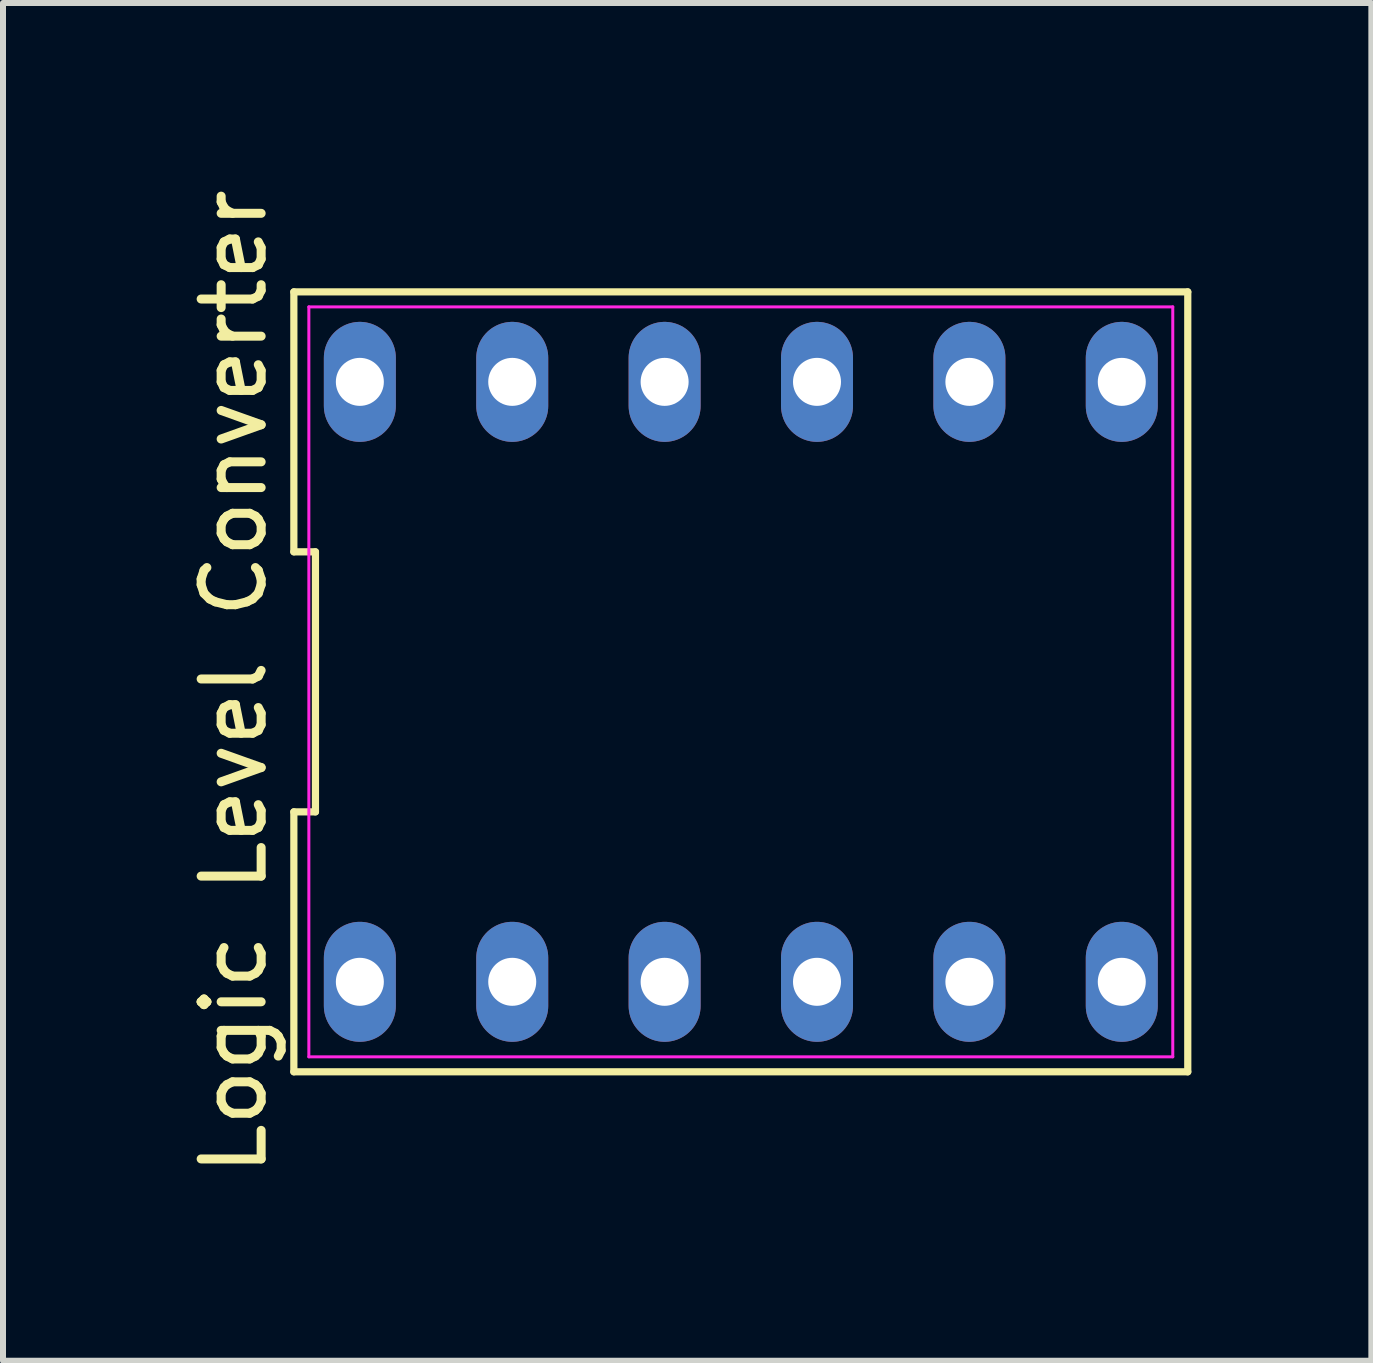
<source format=kicad_pcb>
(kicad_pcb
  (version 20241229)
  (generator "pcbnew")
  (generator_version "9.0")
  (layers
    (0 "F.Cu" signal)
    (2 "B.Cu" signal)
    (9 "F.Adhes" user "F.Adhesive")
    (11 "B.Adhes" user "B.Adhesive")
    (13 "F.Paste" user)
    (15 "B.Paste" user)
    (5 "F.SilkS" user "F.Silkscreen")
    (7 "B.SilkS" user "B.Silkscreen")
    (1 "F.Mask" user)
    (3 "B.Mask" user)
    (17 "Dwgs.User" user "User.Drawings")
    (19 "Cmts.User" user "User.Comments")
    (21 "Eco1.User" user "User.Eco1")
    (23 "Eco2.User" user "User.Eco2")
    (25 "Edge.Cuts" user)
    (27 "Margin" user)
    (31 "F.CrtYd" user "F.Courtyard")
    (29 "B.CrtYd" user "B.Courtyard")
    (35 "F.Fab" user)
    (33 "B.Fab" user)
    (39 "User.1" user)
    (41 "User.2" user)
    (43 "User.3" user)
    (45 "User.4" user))
  (footprint "Logic Level Converter"
    (layer "F.Cu")
    (at 9.298 8.315)
    (property "Reference" "Logic Level Converter" (at -8.45 0 90) (layer "F.SilkS") (effects (font (size 1 1) (thickness 0.15))))
    (attr through_hole)
    (fp_line (start -7.45 -6.5) (end -7.45 -2.167) (stroke (width 0.12) (type solid)) (layer "F.SilkS"))
    (fp_line (start -7.45 -2.167) (end -7.09 -2.167) (stroke (width 0.12) (type solid)) (layer "F.SilkS"))
    (fp_line (start -7.45 2.167) (end -7.45 6.5) (stroke (width 0.12) (type solid)) (layer "F.SilkS"))
    (fp_line (start -7.45 6.5) (end 7.45 6.5) (stroke (width 0.12) (type solid)) (layer "F.SilkS"))
    (fp_line (start -7.09 -2.167) (end -7.09 2.167) (stroke (width 0.12) (type solid)) (layer "F.SilkS"))
    (fp_line (start -7.09 2.167) (end -7.45 2.167) (stroke (width 0.12) (type solid)) (layer "F.SilkS"))
    (fp_line (start 7.45 -6.5) (end -7.45 -6.5) (stroke (width 0.12) (type solid)) (layer "F.SilkS"))
    (fp_line (start 7.45 6.5) (end 7.45 -6.5) (stroke (width 0.12) (type solid)) (layer "F.SilkS"))
    (fp_line (start -7.2 -6.25) (end 7.2 -6.25) (stroke (width 0.05) (type solid)) (layer "F.CrtYd"))
    (fp_line (start -7.2 6.25) (end -7.2 -6.25) (stroke (width 0.05) (type solid)) (layer "F.CrtYd"))
    (fp_line (start 7.2 -6.25) (end 7.2 6.25) (stroke (width 0.05) (type solid)) (layer "F.CrtYd"))
    (fp_line (start 7.2 6.25) (end -7.2 6.25) (stroke (width 0.05) (type solid)) (layer "F.CrtYd"))
    (pad "1" thru_hole oval (at 6.35 5) (size 1.2 2) (drill 0.8) (layers "*.Cu" "*.Mask"))
    (pad "2" thru_hole oval (at 3.81 5) (size 1.2 2) (drill 0.8) (layers "*.Cu" "*.Mask"))
    (pad "3" thru_hole oval (at 1.27 5) (size 1.2 2) (drill 0.8) (layers "*.Cu" "*.Mask"))
    (pad "4" thru_hole oval (at -1.27 5) (size 1.2 2) (drill 0.8) (layers "*.Cu" "*.Mask"))
    (pad "5" thru_hole oval (at -3.81 5) (size 1.2 2) (drill 0.8) (layers "*.Cu" "*.Mask"))
    (pad "6" thru_hole oval (at -6.35 5) (size 1.2 2) (drill 0.8) (layers "*.Cu" "*.Mask"))
    (pad "7" thru_hole oval (at 6.35 -5) (size 1.2 2) (drill 0.8) (layers "*.Cu" "*.Mask"))
    (pad "8" thru_hole oval (at 3.81 -5) (size 1.2 2) (drill 0.8) (layers "*.Cu" "*.Mask"))
    (pad "9" thru_hole oval (at 1.27 -5) (size 1.2 2) (drill 0.8) (layers "*.Cu" "*.Mask"))
    (pad "10" thru_hole oval (at -1.27 -5) (size 1.2 2) (drill 0.8) (layers "*.Cu" "*.Mask"))
    (pad "11" thru_hole oval (at -3.81 -5) (size 1.2 2) (drill 0.8) (layers "*.Cu" "*.Mask"))
    (pad "12" thru_hole oval (at -6.35 -5) (size 1.2 2) (drill 0.8) (layers "*.Cu" "*.Mask")))
  (gr_rect
    (start -3 -3)
    (end 19.808 19.631)
    (stroke (width 0.1) (type default))
    (fill no)
    (layer "Edge.Cuts")))
</source>
